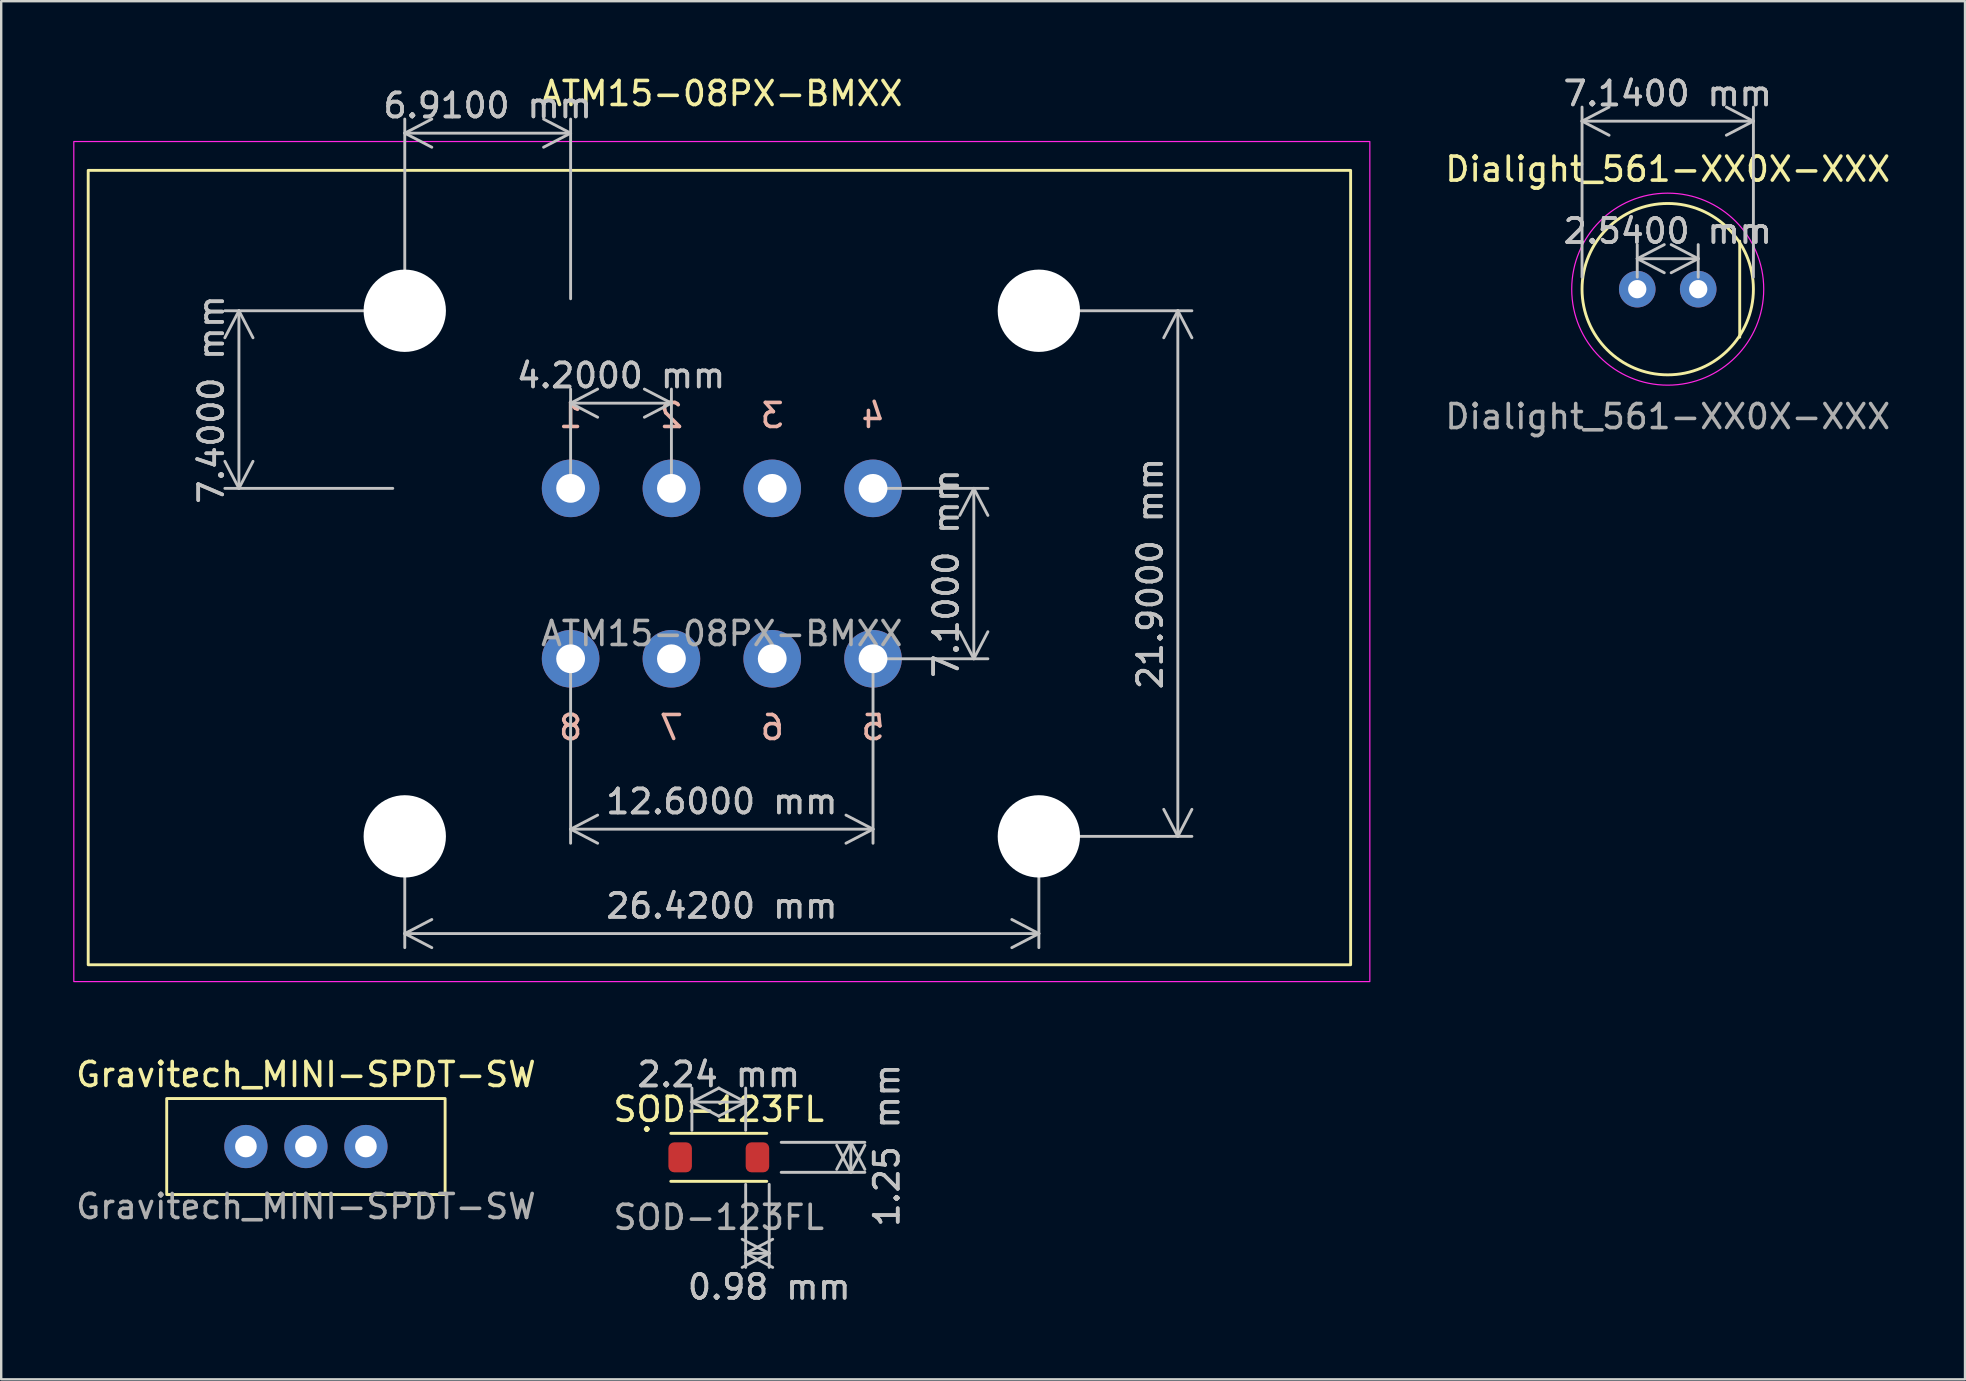
<source format=kicad_pcb>
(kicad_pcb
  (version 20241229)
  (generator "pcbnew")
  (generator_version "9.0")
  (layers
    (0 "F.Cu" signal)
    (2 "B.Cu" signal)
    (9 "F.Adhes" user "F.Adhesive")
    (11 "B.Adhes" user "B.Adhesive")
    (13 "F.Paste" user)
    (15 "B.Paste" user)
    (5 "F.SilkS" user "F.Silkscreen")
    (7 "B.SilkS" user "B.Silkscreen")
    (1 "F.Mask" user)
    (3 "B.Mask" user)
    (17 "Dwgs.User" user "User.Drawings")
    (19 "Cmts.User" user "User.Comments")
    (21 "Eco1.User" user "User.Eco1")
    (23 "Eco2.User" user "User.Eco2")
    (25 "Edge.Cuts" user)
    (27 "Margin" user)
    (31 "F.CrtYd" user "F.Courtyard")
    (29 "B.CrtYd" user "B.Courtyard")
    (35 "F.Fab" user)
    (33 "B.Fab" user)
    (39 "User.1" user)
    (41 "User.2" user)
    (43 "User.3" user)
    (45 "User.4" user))
  (footprint "ATM15-08PX-BMXX"
    (layer "F.Cu")
    (at 27.025 20.848)
    (property "Reference" "ATM15-08PX-BMXX" (at 0 -20 0) (unlocked yes) (layer "F.SilkS") (effects (font (size 1 1) (thickness 0.15))))
    (attr through_hole)
    (fp_rect (start -26.4 -16.8) (end 26.2 16.3) (stroke (width 0.12) (type default)) (fill no) (layer "F.SilkS"))
    (fp_rect (start -27 -18) (end 27 17) (stroke (width 0.05) (type default)) (fill no) (layer "F.CrtYd"))
    (fp_text user "7" (at -2.1 7 0) (unlocked yes) (layer "B.SilkS") (effects (font (size 1 1) (thickness 0.15)) (justify bottom mirror)))
    (fp_text user "5" (at 6.3 7 0) (unlocked yes) (layer "B.SilkS") (effects (font (size 1 1) (thickness 0.15)) (justify bottom mirror)))
    (fp_text user "2" (at -2.1 -6 0) (unlocked yes) (layer "B.SilkS") (effects (font (size 1 1) (thickness 0.15)) (justify bottom mirror)))
    (fp_text user "1" (at -6.3 -6 0) (unlocked yes) (layer "B.SilkS") (effects (font (size 1 1) (thickness 0.15)) (justify bottom mirror)))
    (fp_text user "3" (at 2.1 -6 0) (unlocked yes) (layer "B.SilkS") (effects (font (size 1 1) (thickness 0.15)) (justify bottom mirror)))
    (fp_text user "6" (at 2.1 7 0) (unlocked yes) (layer "B.SilkS") (effects (font (size 1 1) (thickness 0.15)) (justify bottom mirror)))
    (fp_text user "4" (at 6.3 -6 0) (unlocked yes) (layer "B.SilkS") (effects (font (size 1 1) (thickness 0.15)) (justify bottom mirror)))
    (fp_text user "8" (at -6.3 7 0) (unlocked yes) (layer "B.SilkS") (effects (font (size 1 1) (thickness 0.15)) (justify bottom mirror)))
    (fp_text user "${REFERENCE}" (at 0 2.5 0) (unlocked yes) (layer "F.Fab") (effects (font (size 1 1) (thickness 0.15))))
    (dimension (type aligned) (layer "Dwgs.User") (pts (xy 33.325 17.298) (xy 33.325 24.398)) (height -4.2) (format (prefix "") (suffix "") (units 3) (units_format 1) (precision 4)) (style (thickness 0.12) (arrow_length 1.27) (text_position_mode 0) (arrow_direction outward) (extension_height 0.586) (extension_offset 0.5) (keep_text_aligned yes)) (gr_text "7.1000 mm" (at 36.375 20.848 90) (layer "Dwgs.User") (effects (font (size 1 1) (thickness 0.15)))))
    (dimension (type aligned) (layer "Dwgs.User") (pts (xy 40.235 9.898) (xy 40.235 31.798)) (height -5.79) (format (prefix "") (suffix "") (units 3) (units_format 1) (precision 4)) (style (thickness 0.12) (arrow_length 1.27) (text_position_mode 0) (arrow_direction outward) (extension_height 0.586) (extension_offset 0.5) (keep_text_aligned yes)) (gr_text "21.9000 mm" (at 44.875 20.848 90) (layer "Dwgs.User") (effects (font (size 1 1) (thickness 0.15)))))
    (dimension (type aligned) (layer "Dwgs.User") (pts (xy 13.815 9.898) (xy 13.815 17.298)) (height 6.91) (format (prefix "") (suffix "") (units 3) (units_format 1) (precision 4)) (style (thickness 0.12) (arrow_length 1.27) (text_position_mode 0) (arrow_direction outward) (extension_height 0.586) (extension_offset 0.5) (keep_text_aligned yes)) (gr_text "7.4000 mm" (at 5.755 13.598 90) (layer "Dwgs.User") (effects (font (size 1 1) (thickness 0.15)))))
    (dimension (type aligned) (layer "Dwgs.User") (pts (xy 20.725 17.298) (xy 24.925 17.298)) (height -3.55) (format (prefix "") (suffix "") (units 3) (units_format 1) (precision 4)) (style (thickness 0.12) (arrow_length 1.27) (text_position_mode 0) (arrow_direction outward) (extension_height 0.586) (extension_offset 0.5) (keep_text_aligned yes)) (gr_text "4.2000 mm" (at 22.825 12.598 0) (layer "Dwgs.User") (effects (font (size 1 1) (thickness 0.15)))))
    (dimension (type aligned) (layer "Dwgs.User") (pts (xy 40.235 31.798) (xy 13.815 31.798)) (height -4.05) (format (prefix "") (suffix "") (units 3) (units_format 1) (precision 4)) (style (thickness 0.12) (arrow_length 1.27) (text_position_mode 0) (arrow_direction outward) (extension_height 0.586) (extension_offset 0.5) (keep_text_aligned yes)) (gr_text "26.4200 mm" (at 27.025 34.698 0) (layer "Dwgs.User") (effects (font (size 1 1) (thickness 0.15)))))
    (dimension (type aligned) (layer "Dwgs.User") (pts (xy 20.725 24.398) (xy 33.325 24.398)) (height 7.1) (format (prefix "") (suffix "") (units 3) (units_format 1) (precision 4)) (style (thickness 0.12) (arrow_length 1.27) (text_position_mode 0) (arrow_direction outward) (extension_height 0.586) (extension_offset 0.5) (keep_text_aligned yes)) (gr_text "12.6000 mm" (at 27.025 30.348 0) (layer "Dwgs.User") (effects (font (size 1 1) (thickness 0.15)))))
    (dimension (type aligned) (layer "Dwgs.User") (pts (xy 13.815 9.898) (xy 20.725 9.898)) (height -7.4) (format (prefix "") (suffix "") (units 3) (units_format 1) (precision 4)) (style (thickness 0.12) (arrow_length 1.27) (text_position_mode 0) (arrow_direction outward) (extension_height 0.586) (extension_offset 0.5) (keep_text_aligned yes)) (gr_text "6.9100 mm" (at 17.27 1.348 0) (layer "Dwgs.User") (effects (font (size 1 1) (thickness 0.15)))))
    (pad "" np_thru_hole circle (at -13.21 -10.95) (size 3.43 3.43) (drill 3.43) (layers "*.Cu" "*.Mask"))
    (pad "" np_thru_hole circle (at -13.21 10.95) (size 3.43 3.43) (drill 3.43) (layers "*.Cu" "*.Mask"))
    (pad "" np_thru_hole circle (at 13.21 -10.95) (size 3.43 3.43) (drill 3.43) (layers "*.Cu" "*.Mask"))
    (pad "" np_thru_hole circle (at 13.21 10.95) (size 3.43 3.43) (drill 3.43) (layers "*.Cu" "*.Mask"))
    (pad "1" thru_hole circle (at -6.3 -3.55) (size 2.4 2.4) (drill 1.2) (layers "*.Cu" "*.Mask"))
    (pad "2" thru_hole circle (at -2.1 -3.55) (size 2.4 2.4) (drill 1.2) (layers "*.Cu" "*.Mask"))
    (pad "3" thru_hole circle (at 2.1 -3.55) (size 2.4 2.4) (drill 1.2) (layers "*.Cu" "*.Mask"))
    (pad "4" thru_hole circle (at 6.3 -3.55) (size 2.4 2.4) (drill 1.2) (layers "*.Cu" "*.Mask"))
    (pad "5" thru_hole circle (at 6.3 3.55) (size 2.4 2.4) (drill 1.2) (layers "*.Cu" "*.Mask"))
    (pad "6" thru_hole circle (at 2.1 3.55) (size 2.4 2.4) (drill 1.2) (layers "*.Cu" "*.Mask"))
    (pad "7" thru_hole circle (at -2.1 3.55) (size 2.4 2.4) (drill 1.2) (layers "*.Cu" "*.Mask"))
    (pad "8" thru_hole circle (at -6.3 3.55) (size 2.4 2.4) (drill 1.2) (layers "*.Cu" "*.Mask")))
  (footprint "Gravitech_MINI-SPDT-SW"
    (layer "F.Cu")
    (at 9.696 44.721)
    (property "Reference" "Gravitech_MINI-SPDT-SW" (at 0 -3 0) (unlocked yes) (layer "F.SilkS") (effects (font (size 1 1) (thickness 0.15))))
    (attr through_hole)
    (fp_rect (start -5.8 -2) (end 5.8 2) (stroke (width 0.12) (type default)) (fill no) (layer "F.SilkS"))
    (fp_rect (start -6 -2.2) (end 6 2.2) (stroke (width 0.12) (type default)) (fill no) (layer "Margin"))
    (fp_text user "${REFERENCE}" (at 0 2.5 0) (unlocked yes) (layer "F.Fab") (effects (font (size 1 1) (thickness 0.15))))
    (pad "1" thru_hole circle (at -2.5 0) (size 1.8 1.8) (drill 0.9) (layers "*.Cu" "*.Mask"))
    (pad "2" thru_hole circle (at 0 0) (size 1.8 1.8) (drill 0.9) (layers "*.Cu" "*.Mask"))
    (pad "3" thru_hole circle (at 2.5 0) (size 1.8 1.8) (drill 0.9) (layers "*.Cu" "*.Mask")))
  (footprint "SOD-123FL"
    (layer "F.Cu")
    (at 26.899 45.171)
    (property "Reference" "SOD-123FL" (at 0 -2 0) (unlocked yes) (layer "F.SilkS") (effects (font (size 1 1) (thickness 0.15))))
    (attr smd)
    (fp_line (start -2 -1) (end 2 -1) (stroke (width 0.12) (type default)) (layer "F.SilkS"))
    (fp_line (start -2 1) (end 2 1) (stroke (width 0.12) (type default)) (layer "F.SilkS"))
    (fp_rect (start -2.5 -1.5) (end 2.5 1.5) (stroke (width 0.12) (type default)) (fill no) (layer "Margin"))
    (fp_text user "." (at -3 -1 0) (unlocked yes) (layer "F.SilkS") (effects (font (size 1 1) (thickness 0.15)) (justify bottom)))
    (fp_text user "${REFERENCE}" (at 0 2.5 0) (unlocked yes) (layer "F.Fab") (effects (font (size 1 1) (thickness 0.15))))
    (dimension (type aligned) (layer "Dwgs.User") (pts (xy 28.999 45.796) (xy 28.019 45.796)) (height -3.375) (format (prefix "") (suffix "") (units 3) (units_format 1) (precision 4) (suppress_zeroes yes)) (style (thickness 0.12) (arrow_length 1.27) (text_position_mode 2) (arrow_direction outward) (extension_height 0.586) (extension_offset 0.5) (keep_text_aligned yes)) (gr_text "0.98 mm" (at 28.999 50.571 0) (layer "Dwgs.User") (effects (font (size 1 1) (thickness 0.15)))))
    (dimension (type aligned) (layer "Dwgs.User") (pts (xy 28.019 44.546) (xy 25.779 44.546)) (height 1.675) (format (prefix "") (suffix "") (units 3) (units_format 1) (precision 4) (suppress_zeroes yes)) (style (thickness 0.12) (arrow_length 1.27) (text_position_mode 0) (arrow_direction outward) (extension_height 0.586) (extension_offset 0.5) (keep_text_aligned yes)) (gr_text "2.24 mm" (at 26.899 41.721 0) (layer "Dwgs.User") (effects (font (size 1 1) (thickness 0.15)))))
    (dimension (type aligned) (layer "Dwgs.User") (pts (xy 28.999 44.546) (xy 28.999 45.796)) (height -3.4) (format (prefix "") (suffix "") (units 3) (units_format 1) (precision 4) (suppress_zeroes yes)) (style (thickness 0.12) (arrow_length 1.27) (text_position_mode 2) (arrow_direction outward) (extension_height 0.586) (extension_offset 0.5) (keep_text_aligned yes)) (gr_text "1.25 mm" (at 33.899 44.671 90) (layer "Dwgs.User") (effects (font (size 1 1) (thickness 0.15)))))
    (pad "1" smd roundrect (at -1.61 0) (size 0.98 1.25) (layers "F.Cu" "F.Mask" "F.Paste") (roundrect_rratio 0.25))
    (pad "2" smd roundrect (at 1.61 0) (size 0.98 1.25) (layers "F.Cu" "F.Mask" "F.Paste") (roundrect_rratio 0.25)))
  (footprint "Dialight_561-XX0X-XXX"
    (layer "F.Cu")
    (at 66.437 8.998)
    (property "Reference" "Dialight_561-XX0X-XXX" (at 0 -5 0) (unlocked yes) (layer "F.SilkS") (effects (font (size 1 1) (thickness 0.15))))
    (attr through_hole)
    (fp_line (start 3 -2) (end 3 2) (stroke (width 0.12) (type default)) (layer "F.SilkS"))
    (fp_circle (center 0 0) (end 3.57 0) (stroke (width 0.12) (type default)) (fill no) (layer "F.SilkS"))
    (fp_circle (center 0 0) (end 4 0) (stroke (width 0.05) (type default)) (fill no) (layer "F.CrtYd"))
    (fp_text user "${REFERENCE}" (at 0 5.31 0) (unlocked yes) (layer "F.Fab") (effects (font (size 1 1) (thickness 0.15))))
    (dimension (type aligned) (layer "Dwgs.User") (pts (xy 70.007 8.998) (xy 62.867 8.998)) (height 7) (format (prefix "") (suffix "") (units 3) (units_format 1) (precision 4)) (style (thickness 0.12) (arrow_length 1.27) (text_position_mode 0) (arrow_direction outward) (extension_height 0.586) (extension_offset 0.5) (keep_text_aligned yes)) (gr_text "7.1400 mm" (at 66.437 0.848 0) (layer "Dwgs.User") (effects (font (size 1 1) (thickness 0.15)))))
    (dimension (type aligned) (layer "Dwgs.User") (pts (xy 65.167 8.998) (xy 67.707 8.998)) (height -1.27) (format (prefix "") (suffix "") (units 3) (units_format 1) (precision 4)) (style (thickness 0.12) (arrow_length 1.27) (text_position_mode 0) (arrow_direction outward) (extension_height 0.586) (extension_offset 0.5) (keep_text_aligned yes)) (gr_text "2.5400 mm" (at 66.437 6.578 0) (layer "Dwgs.User") (effects (font (size 1 1) (thickness 0.15)))))
    (pad "1" thru_hole circle (at 1.27 0) (size 1.524 1.524) (drill 0.762) (layers "*.Cu" "*.Mask"))
    (pad "2" thru_hole circle (at -1.27 0) (size 1.524 1.524) (drill 0.762) (layers "*.Cu" "*.Mask")))
  (gr_rect
    (start -3 -3)
    (end 78.824 54.42)
    (stroke (width 0.1) (type default))
    (fill no)
    (layer "Edge.Cuts")))
</source>
